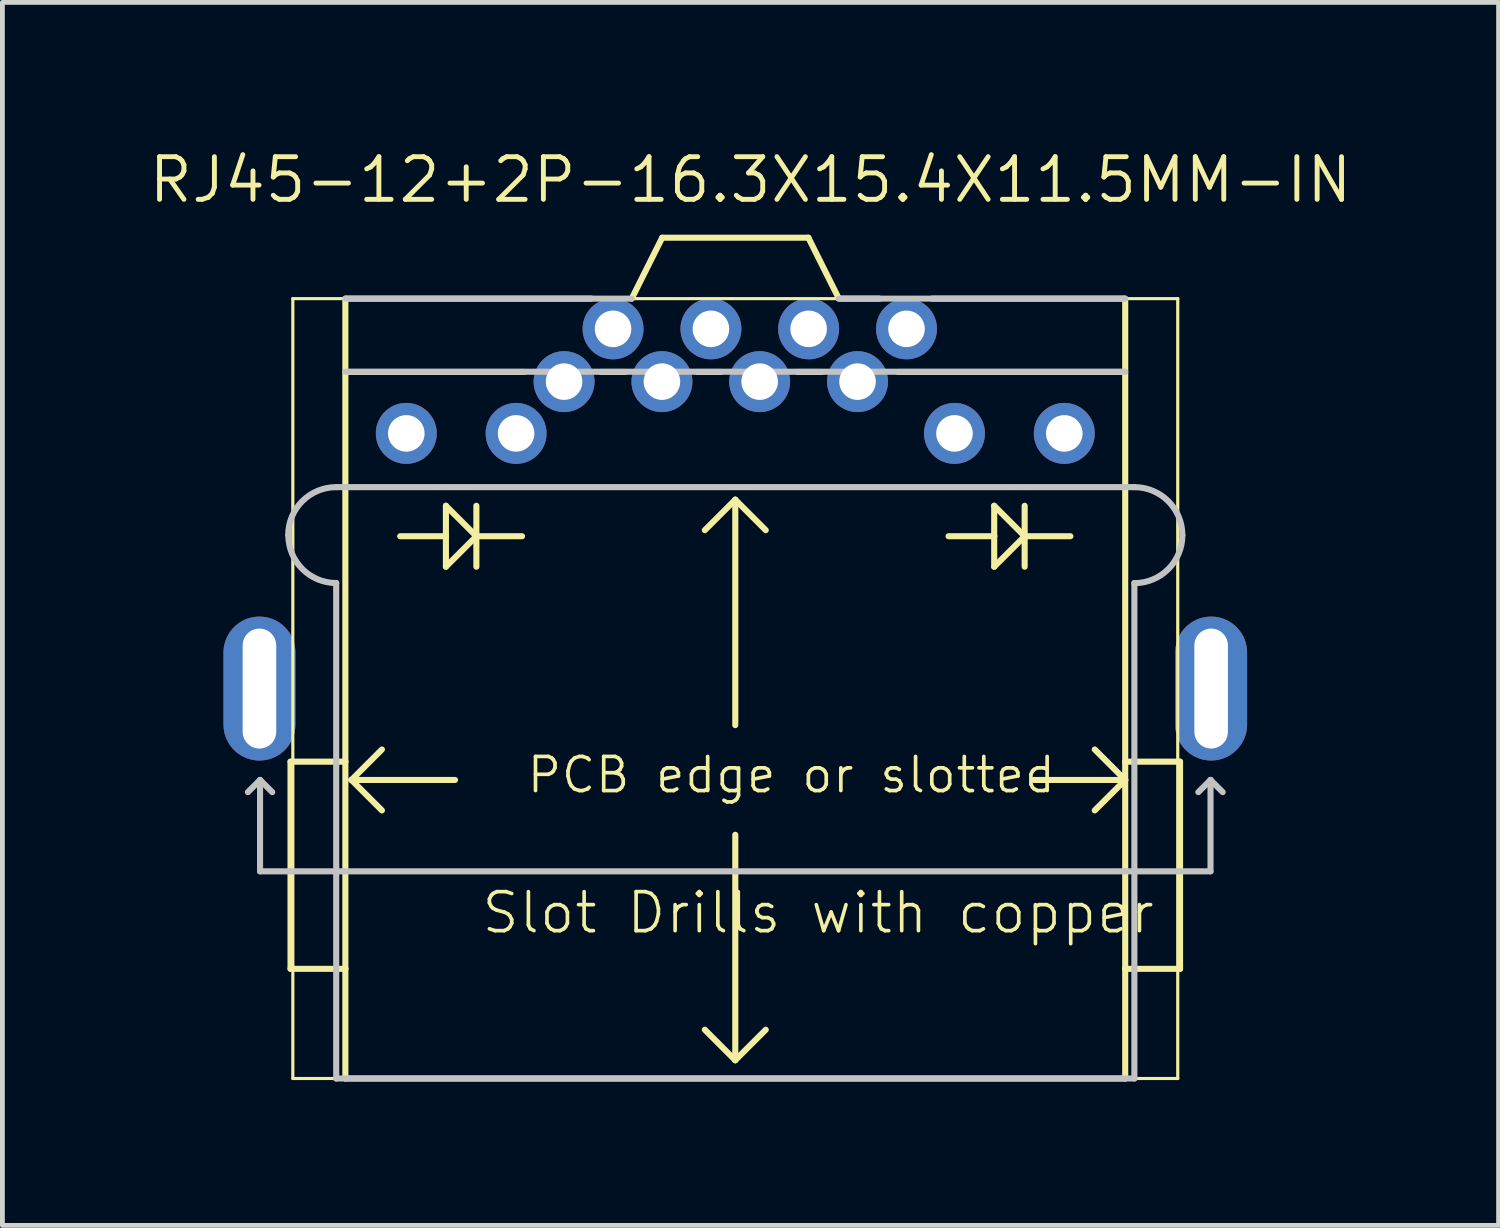
<source format=kicad_pcb>
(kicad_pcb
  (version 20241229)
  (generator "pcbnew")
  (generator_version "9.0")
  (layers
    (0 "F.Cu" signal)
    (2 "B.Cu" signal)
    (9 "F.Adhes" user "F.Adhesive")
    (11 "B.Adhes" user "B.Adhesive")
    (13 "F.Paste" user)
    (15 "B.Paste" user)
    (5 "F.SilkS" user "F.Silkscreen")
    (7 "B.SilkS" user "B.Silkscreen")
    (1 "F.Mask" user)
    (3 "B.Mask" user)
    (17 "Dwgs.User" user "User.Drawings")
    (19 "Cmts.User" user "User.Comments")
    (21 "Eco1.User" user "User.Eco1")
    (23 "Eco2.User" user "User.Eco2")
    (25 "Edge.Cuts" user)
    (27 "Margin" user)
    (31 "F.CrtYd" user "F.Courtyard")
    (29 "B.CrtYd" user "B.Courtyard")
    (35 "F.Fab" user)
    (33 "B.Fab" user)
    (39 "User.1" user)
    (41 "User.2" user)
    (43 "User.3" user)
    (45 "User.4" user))
  (footprint "RJ45-12+2P-16.3X15.4X11.5MM-IN"
    (layer "F.Cu")
    (at 12.277 11.303)
    (property "Reference" "RJ45-12+2P-16.3X15.4X11.5MM-IN" (at 0.318 -10.604 0) (layer "F.SilkS") (effects (font (size 0.889 0.889) (thickness 0.102))))
    (attr exclude_from_pos_files exclude_from_bom)
    (fp_line (start -9.319 -3.2) (end -9.319 -3.198) (stroke (width 0.025) (type solid)) (layer "F.SilkS"))
    (fp_line (start -9.271 1.524) (end -9.271 5.842) (stroke (width 0.127) (type solid)) (layer "F.SilkS"))
    (fp_line (start -9.271 5.842) (end -8.128 5.842) (stroke (width 0.127) (type solid)) (layer "F.SilkS"))
    (fp_line (start -9.223 -8.128) (end 9.223 -8.128) (stroke (width 0.066) (type solid)) (layer "F.SilkS"))
    (fp_line (start -9.223 8.128) (end -9.223 -8.128) (stroke (width 0.066) (type solid)) (layer "F.SilkS"))
    (fp_line (start -9.223 8.128) (end 9.223 8.128) (stroke (width 0.066) (type solid)) (layer "F.SilkS"))
    (fp_line (start -8.329 -2.2) (end -8.329 8.128) (stroke (width 0.025) (type solid)) (layer "F.SilkS"))
    (fp_line (start -8.324 8.128) (end 8.324 8.128) (stroke (width 0.025) (type solid)) (layer "F.SilkS"))
    (fp_line (start -8.128 1.524) (end -9.271 1.524) (stroke (width 0.127) (type solid)) (layer "F.SilkS"))
    (fp_line (start -8.128 1.524) (end -8.128 -8.128) (stroke (width 0.127) (type solid)) (layer "F.SilkS"))
    (fp_line (start -8.128 5.842) (end -8.128 1.524) (stroke (width 0.127) (type solid)) (layer "F.SilkS"))
    (fp_line (start -8.128 8.128) (end -8.128 5.842) (stroke (width 0.127) (type solid)) (layer "F.SilkS"))
    (fp_line (start -8.098 -6.599) (end -4.399 -6.599) (stroke (width 0.127) (type solid)) (layer "F.SilkS"))
    (fp_line (start -8.001 1.905) (end -7.366 1.27) (stroke (width 0.127) (type solid)) (layer "F.SilkS"))
    (fp_line (start -8.001 1.905) (end -7.366 2.54) (stroke (width 0.127) (type solid)) (layer "F.SilkS"))
    (fp_line (start -6.032 -3.81) (end -6.032 -3.175) (stroke (width 0.127) (type solid)) (layer "F.SilkS"))
    (fp_line (start -6.032 -3.81) (end -5.397 -3.175) (stroke (width 0.127) (type solid)) (layer "F.SilkS"))
    (fp_line (start -6.032 -3.175) (end -6.985 -3.175) (stroke (width 0.127) (type solid)) (layer "F.SilkS"))
    (fp_line (start -6.032 -3.175) (end -6.032 -2.54) (stroke (width 0.127) (type solid)) (layer "F.SilkS"))
    (fp_line (start -6.032 -2.54) (end -5.397 -3.175) (stroke (width 0.127) (type solid)) (layer "F.SilkS"))
    (fp_line (start -5.842 1.905) (end -8.001 1.905) (stroke (width 0.127) (type solid)) (layer "F.SilkS"))
    (fp_line (start -5.397 -3.81) (end -5.397 -3.175) (stroke (width 0.127) (type solid)) (layer "F.SilkS"))
    (fp_line (start -5.397 -3.175) (end -5.397 -2.54) (stroke (width 0.127) (type solid)) (layer "F.SilkS"))
    (fp_line (start -5.397 -3.175) (end -4.445 -3.175) (stroke (width 0.127) (type solid)) (layer "F.SilkS"))
    (fp_line (start -3 -8.128) (end -8.098 -8.128) (stroke (width 0.127) (type solid)) (layer "F.SilkS"))
    (fp_line (start -2.799 -6.599) (end -2.299 -6.599) (stroke (width 0.127) (type solid)) (layer "F.SilkS"))
    (fp_line (start -2.159 -8.128) (end -1.524 -9.398) (stroke (width 0.127) (type solid)) (layer "F.SilkS"))
    (fp_line (start -1.524 -9.398) (end 1.524 -9.398) (stroke (width 0.127) (type solid)) (layer "F.SilkS"))
    (fp_line (start -0.798 -6.599) (end -0.3 -6.599) (stroke (width 0.127) (type solid)) (layer "F.SilkS"))
    (fp_line (start 0 -3.937) (end -0.635 -3.302) (stroke (width 0.127) (type solid)) (layer "F.SilkS"))
    (fp_line (start 0 -3.937) (end 0.635 -3.302) (stroke (width 0.127) (type solid)) (layer "F.SilkS"))
    (fp_line (start 0 0.762) (end 0 -3.937) (stroke (width 0.127) (type solid)) (layer "F.SilkS"))
    (fp_line (start 0 3.048) (end 0 7.747) (stroke (width 0.127) (type solid)) (layer "F.SilkS"))
    (fp_line (start 0 7.747) (end -0.635 7.112) (stroke (width 0.127) (type solid)) (layer "F.SilkS"))
    (fp_line (start 0 7.747) (end 0.635 7.112) (stroke (width 0.127) (type solid)) (layer "F.SilkS"))
    (fp_line (start 1.298 -6.599) (end 1.798 -6.599) (stroke (width 0.127) (type solid)) (layer "F.SilkS"))
    (fp_line (start 1.524 -9.398) (end 2.159 -8.128) (stroke (width 0.127) (type solid)) (layer "F.SilkS"))
    (fp_line (start 2.2 -8.128) (end 3 -8.128) (stroke (width 0.127) (type solid)) (layer "F.SilkS"))
    (fp_line (start 3.399 -6.599) (end 8.098 -6.599) (stroke (width 0.127) (type solid)) (layer "F.SilkS"))
    (fp_line (start 4.1 -8.128) (end 8.098 -8.128) (stroke (width 0.127) (type solid)) (layer "F.SilkS"))
    (fp_line (start 5.397 -3.81) (end 5.397 -3.175) (stroke (width 0.127) (type solid)) (layer "F.SilkS"))
    (fp_line (start 5.397 -3.81) (end 6.032 -3.175) (stroke (width 0.127) (type solid)) (layer "F.SilkS"))
    (fp_line (start 5.397 -3.175) (end 4.445 -3.175) (stroke (width 0.127) (type solid)) (layer "F.SilkS"))
    (fp_line (start 5.397 -3.175) (end 5.397 -2.54) (stroke (width 0.127) (type solid)) (layer "F.SilkS"))
    (fp_line (start 5.397 -2.54) (end 6.032 -3.175) (stroke (width 0.127) (type solid)) (layer "F.SilkS"))
    (fp_line (start 6.032 -3.81) (end 6.032 -3.175) (stroke (width 0.127) (type solid)) (layer "F.SilkS"))
    (fp_line (start 6.032 -3.175) (end 6.032 -2.54) (stroke (width 0.127) (type solid)) (layer "F.SilkS"))
    (fp_line (start 6.032 -3.175) (end 6.985 -3.175) (stroke (width 0.127) (type solid)) (layer "F.SilkS"))
    (fp_line (start 6.223 1.905) (end 8.128 1.905) (stroke (width 0.127) (type solid)) (layer "F.SilkS"))
    (fp_line (start 8.128 -8.128) (end 8.128 1.524) (stroke (width 0.127) (type solid)) (layer "F.SilkS"))
    (fp_line (start 8.128 1.524) (end 8.128 5.842) (stroke (width 0.127) (type solid)) (layer "F.SilkS"))
    (fp_line (start 8.128 1.524) (end 9.271 1.524) (stroke (width 0.127) (type solid)) (layer "F.SilkS"))
    (fp_line (start 8.128 1.905) (end 7.493 1.27) (stroke (width 0.127) (type solid)) (layer "F.SilkS"))
    (fp_line (start 8.128 1.905) (end 7.493 2.54) (stroke (width 0.127) (type solid)) (layer "F.SilkS"))
    (fp_line (start 8.128 5.842) (end 8.128 8.128) (stroke (width 0.127) (type solid)) (layer "F.SilkS"))
    (fp_line (start 8.128 8.128) (end -8.128 8.128) (stroke (width 0.127) (type solid)) (layer "F.SilkS"))
    (fp_line (start 8.319 -4.199) (end -8.321 -4.199) (stroke (width 0.025) (type solid)) (layer "F.SilkS"))
    (fp_line (start 8.329 8.128) (end 8.329 -2.174) (stroke (width 0.025) (type solid)) (layer "F.SilkS"))
    (fp_line (start 9.223 8.128) (end 9.223 -8.128) (stroke (width 0.066) (type solid)) (layer "F.SilkS"))
    (fp_line (start 9.271 1.524) (end 9.271 5.842) (stroke (width 0.127) (type solid)) (layer "F.SilkS"))
    (fp_line (start 9.271 5.842) (end 8.128 5.842) (stroke (width 0.127) (type solid)) (layer "F.SilkS"))
    (fp_line (start 9.319 -3.198) (end 9.319 -3.2) (stroke (width 0.025) (type solid)) (layer "F.SilkS"))
    (fp_arc (start -9.31926 -3.2004) (mid -9.026888 -3.906248) (end -8.32104 -4.19862) (stroke (width 0.0254) (type solid)) (layer "F.SilkS"))
    (fp_arc (start -8.32866 -2.19964) (mid -9.029428 -2.494116) (end -9.31672 -3.19786) (stroke (width 0.0254) (type solid)) (layer "F.SilkS"))
    (fp_arc (start 8.3185 -4.19862) (mid 9.024348 -3.906248) (end 9.31672 -3.2004) (stroke (width 0.0254) (type solid)) (layer "F.SilkS"))
    (fp_arc (start 9.31926 -3.19786) (mid 9.034689 -2.480364) (end 8.32612 -2.17424) (stroke (width 0.0254) (type solid)) (layer "F.SilkS"))
    (fp_line (start -10.16 2.159) (end -9.906 1.905) (stroke (width 0.127) (type solid)) (layer "Dwgs.User"))
    (fp_line (start -9.906 1.905) (end -9.906 3.81) (stroke (width 0.127) (type solid)) (layer "Dwgs.User"))
    (fp_line (start -9.906 1.905) (end -9.652 2.159) (stroke (width 0.127) (type solid)) (layer "Dwgs.User"))
    (fp_line (start -9.906 3.81) (end 9.906 3.81) (stroke (width 0.127) (type solid)) (layer "Dwgs.User"))
    (fp_line (start -8.319 -4.199) (end 8.319 -4.199) (stroke (width 0.127) (type solid)) (layer "Dwgs.User"))
    (fp_line (start -8.319 8.128) (end -8.319 -2.2) (stroke (width 0.127) (type solid)) (layer "Dwgs.User"))
    (fp_line (start -8.128 -8.128) (end -2.159 -8.128) (stroke (width 0.127) (type solid)) (layer "Dwgs.User"))
    (fp_line (start -8.128 -6.604) (end 8.128 -6.604) (stroke (width 0.127) (type solid)) (layer "Dwgs.User"))
    (fp_line (start 2.159 -8.128) (end 8.128 -8.128) (stroke (width 0.127) (type solid)) (layer "Dwgs.User"))
    (fp_line (start 8.319 -2.2) (end 8.319 8.128) (stroke (width 0.127) (type solid)) (layer "Dwgs.User"))
    (fp_line (start 8.319 8.128) (end -8.319 8.128) (stroke (width 0.127) (type solid)) (layer "Dwgs.User"))
    (fp_line (start 9.652 2.159) (end 9.906 1.905) (stroke (width 0.127) (type solid)) (layer "Dwgs.User"))
    (fp_line (start 9.906 1.905) (end 10.16 2.159) (stroke (width 0.127) (type solid)) (layer "Dwgs.User"))
    (fp_line (start 9.906 3.81) (end 9.906 1.905) (stroke (width 0.127) (type solid)) (layer "Dwgs.User"))
    (fp_arc (start -9.31926 -3.19786) (mid -9.026144 -3.905504) (end -8.3185 -4.19862) (stroke (width 0.127) (type solid)) (layer "Dwgs.User"))
    (fp_arc (start -8.3185 -2.19964) (mid -9.024348 -2.492012) (end -9.31672 -3.19786) (stroke (width 0.127) (type solid)) (layer "Dwgs.User"))
    (fp_arc (start 8.3185 -4.19862) (mid 9.026144 -3.905504) (end 9.31926 -3.19786) (stroke (width 0.127) (type solid)) (layer "Dwgs.User"))
    (fp_arc (start 9.31926 -3.19786) (mid 9.026144 -2.490216) (end 8.3185 -2.1971) (stroke (width 0.127) (type solid)) (layer "Dwgs.User"))
    (fp_text user "Slot Drills with copper" (at 1.727 4.674 0) (layer "F.SilkS") (effects (font (size 0.813 0.813) (thickness 0.076))))
    (fp_text user "PCB edge or slotted" (at 1.168 1.801 0) (layer "F.SilkS") (effects (font (size 0.711 0.711) (thickness 0.076))))
    (pad "1" thru_hole circle (at 3.569 -7.498) (size 1.27 1.27) (drill 0.762) (layers "*.Cu" "*.Paste" "*.Mask"))
    (pad "2" thru_hole circle (at 2.548 -6.398) (size 1.27 1.27) (drill 0.762) (layers "*.Cu" "*.Paste" "*.Mask"))
    (pad "3" thru_hole circle (at 1.529 -7.498) (size 1.27 1.27) (drill 0.762) (layers "*.Cu" "*.Paste" "*.Mask"))
    (pad "4" thru_hole circle (at 0.508 -6.398) (size 1.27 1.27) (drill 0.762) (layers "*.Cu" "*.Paste" "*.Mask"))
    (pad "5" thru_hole circle (at -0.508 -7.498) (size 1.27 1.27) (drill 0.762) (layers "*.Cu" "*.Paste" "*.Mask"))
    (pad "6" thru_hole circle (at -1.529 -6.398) (size 1.27 1.27) (drill 0.762) (layers "*.Cu" "*.Paste" "*.Mask"))
    (pad "7" thru_hole circle (at -2.548 -7.498) (size 1.27 1.27) (drill 0.762) (layers "*.Cu" "*.Paste" "*.Mask"))
    (pad "8" thru_hole circle (at -3.569 -6.398) (size 1.27 1.27) (drill 0.762) (layers "*.Cu" "*.Paste" "*.Mask"))
    (pad "9" thru_hole circle (at 6.858 -5.319) (size 1.27 1.27) (drill 0.762) (layers "*.Cu" "*.Paste" "*.Mask"))
    (pad "10" thru_hole circle (at 4.569 -5.319) (size 1.27 1.27) (drill 0.762) (layers "*.Cu" "*.Paste" "*.Mask"))
    (pad "11" thru_hole circle (at -4.569 -5.319) (size 1.27 1.27) (drill 0.762) (layers "*.Cu" "*.Paste" "*.Mask"))
    (pad "12" thru_hole circle (at -6.858 -5.319) (size 1.27 1.27) (drill 0.762) (layers "*.Cu" "*.Paste" "*.Mask"))
    (pad "13" thru_hole oval (at -9.919 0 180) (size 1.499 3) (drill oval 0.7 2.5) (layers "*.Cu" "*.Paste" "*.Mask"))
    (pad "14" thru_hole oval (at 9.919 0 180) (size 1.499 3) (drill oval 0.7 2.5) (layers "*.Cu" "*.Paste" "*.Mask")))
  (gr_rect
    (start -3 -3)
    (end 28.188 22.494)
    (stroke (width 0.1) (type default))
    (fill no)
    (layer "Edge.Cuts")))
</source>
